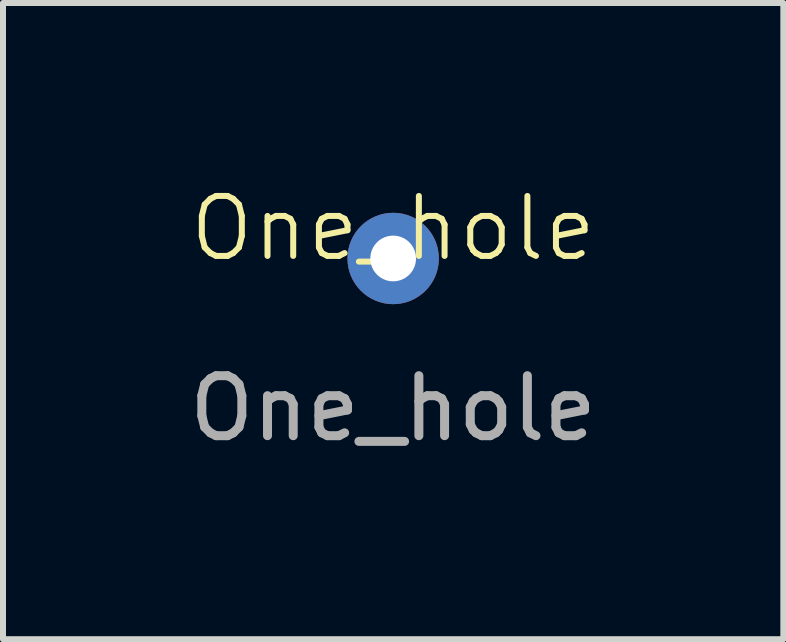
<source format=kicad_pcb>
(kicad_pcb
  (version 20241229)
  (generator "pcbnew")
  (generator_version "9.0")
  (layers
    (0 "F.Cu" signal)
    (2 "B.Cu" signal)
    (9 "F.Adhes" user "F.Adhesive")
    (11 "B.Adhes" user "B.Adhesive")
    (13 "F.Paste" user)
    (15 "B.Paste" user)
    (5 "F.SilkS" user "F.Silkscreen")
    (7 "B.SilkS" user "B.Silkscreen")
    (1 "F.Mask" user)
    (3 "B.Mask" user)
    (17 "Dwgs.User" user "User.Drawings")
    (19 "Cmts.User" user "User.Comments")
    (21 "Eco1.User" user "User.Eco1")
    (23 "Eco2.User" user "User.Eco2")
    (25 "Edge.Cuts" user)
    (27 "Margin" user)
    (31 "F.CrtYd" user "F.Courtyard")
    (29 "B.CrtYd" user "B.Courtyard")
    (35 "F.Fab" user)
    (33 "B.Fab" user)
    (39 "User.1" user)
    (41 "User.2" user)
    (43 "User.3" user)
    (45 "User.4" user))
  (footprint "One_hole"
    (layer "F.Cu")
    (at 3.506 1.26)
    (property "Reference" "One_hole" (at 0 -0.5 0) (unlocked yes) (layer "F.SilkS") (effects (font (size 1 1) (thickness 0.1))))
    (fp_text user "${REFERENCE}" (at 0 2.5 0) (unlocked yes) (layer "F.Fab") (effects (font (size 1 1) (thickness 0.15))))
    (pad "" np_thru_hole circle (at 0 0) (size 1.524 1.524) (drill 0.762) (layers "*.Cu" "*.Mask")))
  (gr_rect
    (start -3 -3)
    (end 10.012 7.609)
    (stroke (width 0.1) (type default))
    (fill no)
    (layer "Edge.Cuts")))
</source>
